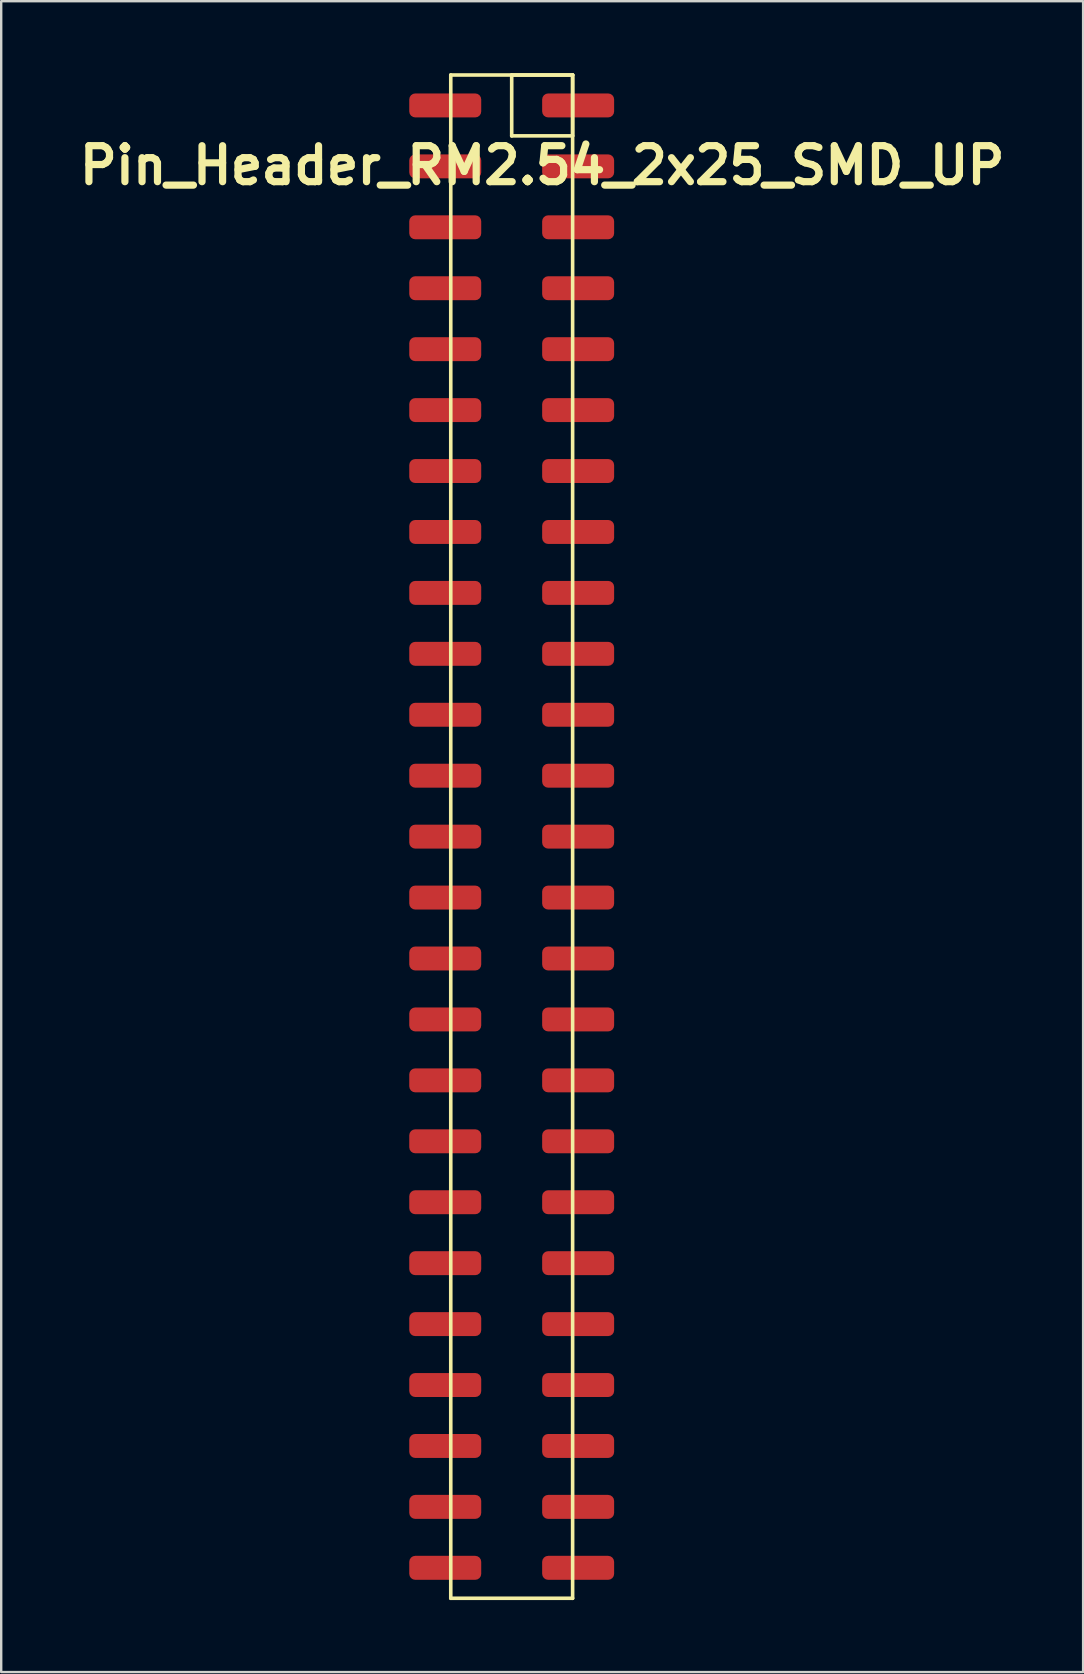
<source format=kicad_pcb>
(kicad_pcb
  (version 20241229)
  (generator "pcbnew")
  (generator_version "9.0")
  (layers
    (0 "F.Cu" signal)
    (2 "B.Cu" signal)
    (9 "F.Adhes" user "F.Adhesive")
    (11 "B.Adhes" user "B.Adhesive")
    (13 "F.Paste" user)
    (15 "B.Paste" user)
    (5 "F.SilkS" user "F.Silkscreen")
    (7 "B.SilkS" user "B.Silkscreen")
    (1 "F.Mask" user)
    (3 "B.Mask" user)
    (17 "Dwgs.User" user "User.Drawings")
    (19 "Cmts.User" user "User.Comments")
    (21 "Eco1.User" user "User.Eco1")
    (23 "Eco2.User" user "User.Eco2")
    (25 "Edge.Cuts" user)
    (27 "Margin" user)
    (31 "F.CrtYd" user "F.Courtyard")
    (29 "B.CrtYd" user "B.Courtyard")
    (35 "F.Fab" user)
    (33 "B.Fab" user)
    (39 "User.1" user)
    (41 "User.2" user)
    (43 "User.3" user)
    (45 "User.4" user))
  (footprint "Pin_Header_RM2.54_2x25_SMD_UP"
    (layer "F.Cu")
    (at 19.55 1.345)
    (property "Reference" "Pin_Header_RM2.54_2x25_SMD_UP" (at 0 2.5 0) (layer "F.SilkS") (effects (font (size 1.5 1.5) (thickness 0.3))))
    (attr through_hole)
    (fp_line (start -3.81 -1.27) (end 1.27 -1.27) (stroke (width 0.15) (type solid)) (layer "F.SilkS"))
    (fp_line (start -3.81 62.23) (end -3.81 -1.27) (stroke (width 0.15) (type solid)) (layer "F.SilkS"))
    (fp_line (start -1.27 -1.27) (end 1.27 -1.27) (stroke (width 0.15) (type solid)) (layer "F.SilkS"))
    (fp_line (start -1.27 1.27) (end -1.27 -1.27) (stroke (width 0.15) (type solid)) (layer "F.SilkS"))
    (fp_line (start 1.27 -1.27) (end 1.27 1.27) (stroke (width 0.15) (type solid)) (layer "F.SilkS"))
    (fp_line (start 1.27 -1.27) (end 1.27 62.23) (stroke (width 0.15) (type solid)) (layer "F.SilkS"))
    (fp_line (start 1.27 1.27) (end -1.27 1.27) (stroke (width 0.15) (type solid)) (layer "F.SilkS"))
    (fp_line (start 1.27 62.23) (end -3.81 62.23) (stroke (width 0.15) (type solid)) (layer "F.SilkS"))
    (pad "1" smd roundrect (at 1.5 0) (size 3 1) (layers "F.Cu" "F.Mask") (roundrect_rratio 0.25))
    (pad "2" smd roundrect (at -4.04 0) (size 3 1) (layers "F.Cu" "F.Mask") (roundrect_rratio 0.25))
    (pad "3" smd roundrect (at 1.5 2.54) (size 3 1) (layers "F.Cu" "F.Mask") (roundrect_rratio 0.25))
    (pad "4" smd roundrect (at -4.04 2.54) (size 3 1) (layers "F.Cu" "F.Mask") (roundrect_rratio 0.25))
    (pad "5" smd roundrect (at 1.5 5.08) (size 3 1) (layers "F.Cu" "F.Mask") (roundrect_rratio 0.25))
    (pad "6" smd roundrect (at -4.04 5.08) (size 3 1) (layers "F.Cu" "F.Mask") (roundrect_rratio 0.25))
    (pad "7" smd roundrect (at 1.5 7.62) (size 3 1) (layers "F.Cu" "F.Mask") (roundrect_rratio 0.25))
    (pad "8" smd roundrect (at -4.04 7.62) (size 3 1) (layers "F.Cu" "F.Mask") (roundrect_rratio 0.25))
    (pad "9" smd roundrect (at 1.5 10.16) (size 3 1) (layers "F.Cu" "F.Mask") (roundrect_rratio 0.25))
    (pad "10" smd roundrect (at -4.04 10.16) (size 3 1) (layers "F.Cu" "F.Mask") (roundrect_rratio 0.25))
    (pad "11" smd roundrect (at 1.5 12.7) (size 3 1) (layers "F.Cu" "F.Mask") (roundrect_rratio 0.25))
    (pad "12" smd roundrect (at -4.04 12.7) (size 3 1) (layers "F.Cu" "F.Mask") (roundrect_rratio 0.25))
    (pad "13" smd roundrect (at 1.5 15.24) (size 3 1) (layers "F.Cu" "F.Mask") (roundrect_rratio 0.25))
    (pad "14" smd roundrect (at -4.04 15.24) (size 3 1) (layers "F.Cu" "F.Mask") (roundrect_rratio 0.25))
    (pad "15" smd roundrect (at 1.5 17.78) (size 3 1) (layers "F.Cu" "F.Mask") (roundrect_rratio 0.25))
    (pad "16" smd roundrect (at -4.04 17.78) (size 3 1) (layers "F.Cu" "F.Mask") (roundrect_rratio 0.25))
    (pad "17" smd roundrect (at 1.5 20.32) (size 3 1) (layers "F.Cu" "F.Mask") (roundrect_rratio 0.25))
    (pad "18" smd roundrect (at -4.04 20.32) (size 3 1) (layers "F.Cu" "F.Mask") (roundrect_rratio 0.25))
    (pad "19" smd roundrect (at 1.5 22.86) (size 3 1) (layers "F.Cu" "F.Mask") (roundrect_rratio 0.25))
    (pad "20" smd roundrect (at -4.04 22.86) (size 3 1) (layers "F.Cu" "F.Mask") (roundrect_rratio 0.25))
    (pad "21" smd roundrect (at 1.5 25.4) (size 3 1) (layers "F.Cu" "F.Mask") (roundrect_rratio 0.25))
    (pad "22" smd roundrect (at -4.04 25.4) (size 3 1) (layers "F.Cu" "F.Mask") (roundrect_rratio 0.25))
    (pad "23" smd roundrect (at 1.5 27.94) (size 3 1) (layers "F.Cu" "F.Mask") (roundrect_rratio 0.25))
    (pad "24" smd roundrect (at -4.04 27.94) (size 3 1) (layers "F.Cu" "F.Mask") (roundrect_rratio 0.25))
    (pad "25" smd roundrect (at 1.5 30.48) (size 3 1) (layers "F.Cu" "F.Mask") (roundrect_rratio 0.25))
    (pad "26" smd roundrect (at -4.04 30.48) (size 3 1) (layers "F.Cu" "F.Mask") (roundrect_rratio 0.25))
    (pad "27" smd roundrect (at 1.5 33.02) (size 3 1) (layers "F.Cu" "F.Mask") (roundrect_rratio 0.25))
    (pad "28" smd roundrect (at -4.04 33.02) (size 3 1) (layers "F.Cu" "F.Mask") (roundrect_rratio 0.25))
    (pad "29" smd roundrect (at 1.5 35.56) (size 3 1) (layers "F.Cu" "F.Mask") (roundrect_rratio 0.25))
    (pad "30" smd roundrect (at -4.04 35.56) (size 3 1) (layers "F.Cu" "F.Mask") (roundrect_rratio 0.25))
    (pad "31" smd roundrect (at 1.5 38.1) (size 3 1) (layers "F.Cu" "F.Mask") (roundrect_rratio 0.25))
    (pad "32" smd roundrect (at -4.04 38.1) (size 3 1) (layers "F.Cu" "F.Mask") (roundrect_rratio 0.25))
    (pad "33" smd roundrect (at 1.5 40.64) (size 3 1) (layers "F.Cu" "F.Mask") (roundrect_rratio 0.25))
    (pad "34" smd roundrect (at -4.04 40.64) (size 3 1) (layers "F.Cu" "F.Mask") (roundrect_rratio 0.25))
    (pad "35" smd roundrect (at 1.5 43.18) (size 3 1) (layers "F.Cu" "F.Mask") (roundrect_rratio 0.25))
    (pad "36" smd roundrect (at -4.04 43.18) (size 3 1) (layers "F.Cu" "F.Mask") (roundrect_rratio 0.25))
    (pad "37" smd roundrect (at 1.5 45.72) (size 3 1) (layers "F.Cu" "F.Mask") (roundrect_rratio 0.25))
    (pad "38" smd roundrect (at -4.04 45.72) (size 3 1) (layers "F.Cu" "F.Mask") (roundrect_rratio 0.25))
    (pad "39" smd roundrect (at 1.5 48.26) (size 3 1) (layers "F.Cu" "F.Mask") (roundrect_rratio 0.25))
    (pad "40" smd roundrect (at -4.04 48.26) (size 3 1) (layers "F.Cu" "F.Mask") (roundrect_rratio 0.25))
    (pad "41" smd roundrect (at 1.5 50.8) (size 3 1) (layers "F.Cu" "F.Mask") (roundrect_rratio 0.25))
    (pad "42" smd roundrect (at -4.04 50.8) (size 3 1) (layers "F.Cu" "F.Mask") (roundrect_rratio 0.25))
    (pad "43" smd roundrect (at 1.5 53.34) (size 3 1) (layers "F.Cu" "F.Mask") (roundrect_rratio 0.25))
    (pad "44" smd roundrect (at -4.04 53.34) (size 3 1) (layers "F.Cu" "F.Mask") (roundrect_rratio 0.25))
    (pad "45" smd roundrect (at 1.5 55.88) (size 3 1) (layers "F.Cu" "F.Mask") (roundrect_rratio 0.25))
    (pad "46" smd roundrect (at -4.04 55.88) (size 3 1) (layers "F.Cu" "F.Mask") (roundrect_rratio 0.25))
    (pad "47" smd roundrect (at 1.5 58.42) (size 3 1) (layers "F.Cu" "F.Mask") (roundrect_rratio 0.25))
    (pad "48" smd roundrect (at -4.04 58.42) (size 3 1) (layers "F.Cu" "F.Mask") (roundrect_rratio 0.25))
    (pad "49" smd roundrect (at 1.5 60.96) (size 3 1) (layers "F.Cu" "F.Mask") (roundrect_rratio 0.25))
    (pad "50" smd roundrect (at -4.04 60.96) (size 3 1) (layers "F.Cu" "F.Mask") (roundrect_rratio 0.25)))
  (gr_rect
    (start -3 -3)
    (end 42.1 66.65)
    (stroke (width 0.1) (type default))
    (fill no)
    (layer "Edge.Cuts")))
</source>
